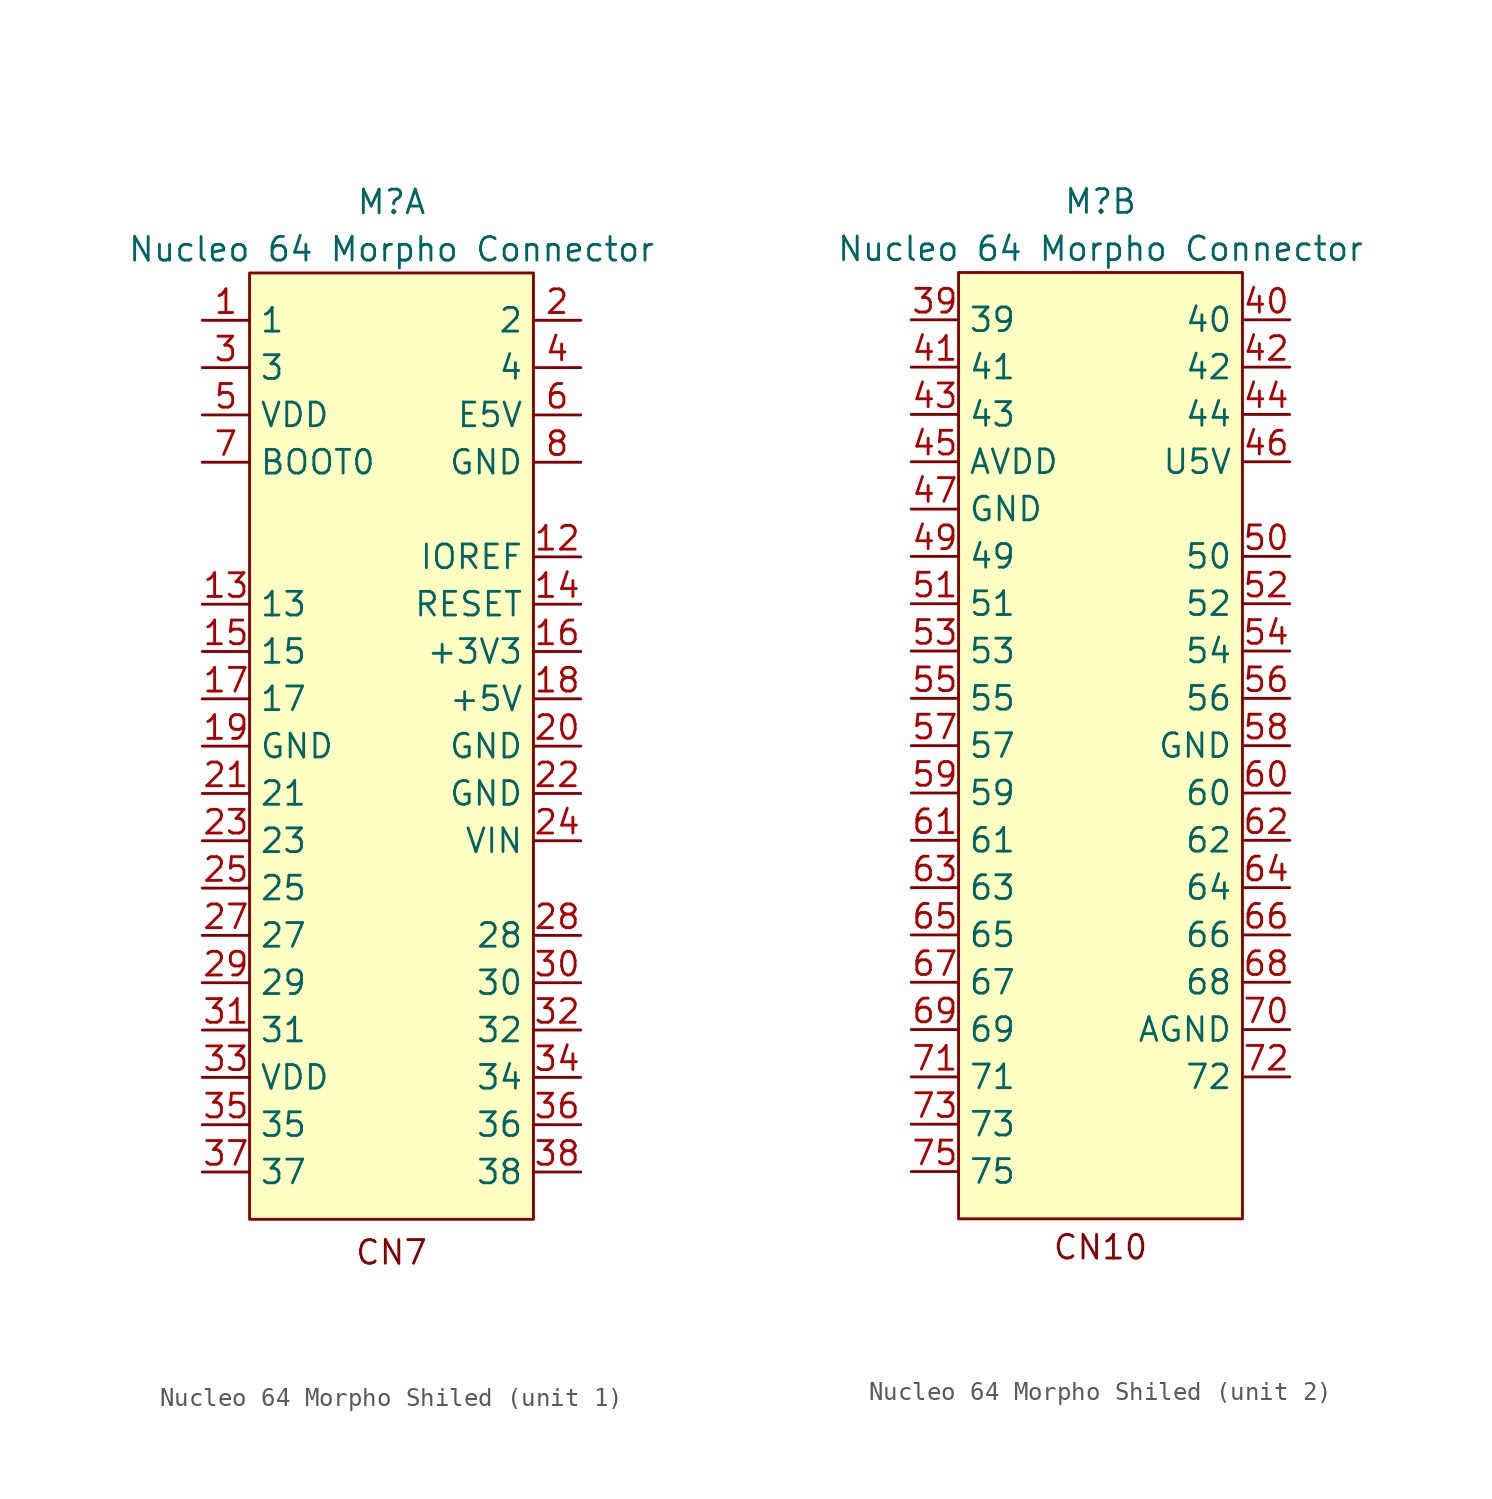
<source format=kicad_sym>
(kicad_symbol_lib
  (version 20241209)
  (generator "kicad_symbol_editor")
  (generator_version "9.0")
  (symbol "Nucleo 64 Morpho Shiled"
    (property "Reference" "M"
      (at 0 6.35 0)
      (effects (font (size 1.27 1.27))))
    (property "Value" "Nucleo 64 Morpho Connector"
      (at 0 3.81 0)
      (effects (font (size 1.27 1.27))))
    (property "ki_locked" ""
      (at 0 0 0)
      (effects (font (size 1.27 1.27))))
    (symbol "Nucleo 64 Morpho Shiled_1_1"
      (rectangle (start -7.62 2.54) (end 7.62 -48.26) (stroke (width 0) (type solid)) (fill (type background)))
      (text "CN7" (at 0 -50.038 0) (effects (font (size 1.27 1.27))))
      (pin input line (at -10.16 0 0) (length 2.54) (name "1" (effects (font (size 1.27 1.27)))) (number "1" (effects (font (size 1.27 1.27)))))
      (pin input line (at -10.16 -2.54 0) (length 2.54) (name "3" (effects (font (size 1.27 1.27)))) (number "3" (effects (font (size 1.27 1.27)))))
      (pin power_out line (at -10.16 -5.08 0) (length 2.54) (name "VDD" (effects (font (size 1.27 1.27)))) (number "5" (effects (font (size 1.27 1.27)))))
      (pin input line (at -10.16 -7.62 0) (length 2.54) (name "BOOT0" (effects (font (size 1.27 1.27)))) (number "7" (effects (font (size 1.27 1.27)))))
      (pin no_connect line (at -10.16 -10.16 0) (length 2.54) (hide yes) (name "9" (effects (font (size 1.27 1.27)))) (number "9" (effects (font (size 1.27 1.27)))))
      (pin no_connect line (at -10.16 -12.7 0) (length 2.54) (hide yes) (name "11" (effects (font (size 1.27 1.27)))) (number "11" (effects (font (size 1.27 1.27)))))
      (pin input line (at -10.16 -15.24 0) (length 2.54) (name "13" (effects (font (size 1.27 1.27)))) (number "13" (effects (font (size 1.27 1.27)))))
      (pin input line (at -10.16 -17.78 0) (length 2.54) (name "15" (effects (font (size 1.27 1.27)))) (number "15" (effects (font (size 1.27 1.27)))))
      (pin input line (at -10.16 -20.32 0) (length 2.54) (name "17" (effects (font (size 1.27 1.27)))) (number "17" (effects (font (size 1.27 1.27)))))
      (pin power_out line (at -10.16 -22.86 0) (length 2.54) (name "GND" (effects (font (size 1.27 1.27)))) (number "19" (effects (font (size 1.27 1.27)))))
      (pin input line (at -10.16 -25.4 0) (length 2.54) (name "21" (effects (font (size 1.27 1.27)))) (number "21" (effects (font (size 1.27 1.27)))))
      (pin input line (at -10.16 -27.94 0) (length 2.54) (name "23" (effects (font (size 1.27 1.27)))) (number "23" (effects (font (size 1.27 1.27)))))
      (pin input line (at -10.16 -30.48 0) (length 2.54) (name "25" (effects (font (size 1.27 1.27)))) (number "25" (effects (font (size 1.27 1.27)))))
      (pin input line (at -10.16 -33.02 0) (length 2.54) (name "27" (effects (font (size 1.27 1.27)))) (number "27" (effects (font (size 1.27 1.27)))))
      (pin input line (at -10.16 -35.56 0) (length 2.54) (name "29" (effects (font (size 1.27 1.27)))) (number "29" (effects (font (size 1.27 1.27)))))
      (pin input line (at -10.16 -38.1 0) (length 2.54) (name "31" (effects (font (size 1.27 1.27)))) (number "31" (effects (font (size 1.27 1.27)))))
      (pin power_out line (at -10.16 -40.64 0) (length 2.54) (name "VDD" (effects (font (size 1.27 1.27)))) (number "33" (effects (font (size 1.27 1.27)))))
      (pin input line (at -10.16 -43.18 0) (length 2.54) (name "35" (effects (font (size 1.27 1.27)))) (number "35" (effects (font (size 1.27 1.27)))))
      (pin input line (at -10.16 -45.72 0) (length 2.54) (name "37" (effects (font (size 1.27 1.27)))) (number "37" (effects (font (size 1.27 1.27)))))
      (pin input line (at 10.16 0 180) (length 2.54) (name "2" (effects (font (size 1.27 1.27)))) (number "2" (effects (font (size 1.27 1.27)))))
      (pin input line (at 10.16 -2.54 180) (length 2.54) (name "4" (effects (font (size 1.27 1.27)))) (number "4" (effects (font (size 1.27 1.27)))))
      (pin power_out line (at 10.16 -5.08 180) (length 2.54) (name "E5V" (effects (font (size 1.27 1.27)))) (number "6" (effects (font (size 1.27 1.27)))))
      (pin power_out line (at 10.16 -7.62 180) (length 2.54) (name "GND" (effects (font (size 1.27 1.27)))) (number "8" (effects (font (size 1.27 1.27)))))
      (pin no_connect line (at 10.16 -10.16 180) (length 2.54) (hide yes) (name "10" (effects (font (size 1.27 1.27)))) (number "10" (effects (font (size 1.27 1.27)))))
      (pin input line (at 10.16 -12.7 180) (length 2.54) (name "IOREF" (effects (font (size 1.27 1.27)))) (number "12" (effects (font (size 1.27 1.27)))))
      (pin input line (at 10.16 -15.24 180) (length 2.54) (name "RESET" (effects (font (size 1.27 1.27)))) (number "14" (effects (font (size 1.27 1.27)))))
      (pin power_out line (at 10.16 -17.78 180) (length 2.54) (name "+3V3" (effects (font (size 1.27 1.27)))) (number "16" (effects (font (size 1.27 1.27)))))
      (pin power_out line (at 10.16 -20.32 180) (length 2.54) (name "+5V" (effects (font (size 1.27 1.27)))) (number "18" (effects (font (size 1.27 1.27)))))
      (pin power_out line (at 10.16 -22.86 180) (length 2.54) (name "GND" (effects (font (size 1.27 1.27)))) (number "20" (effects (font (size 1.27 1.27)))))
      (pin power_out line (at 10.16 -25.4 180) (length 2.54) (name "GND" (effects (font (size 1.27 1.27)))) (number "22" (effects (font (size 1.27 1.27)))))
      (pin power_in line (at 10.16 -27.94 180) (length 2.54) (name "VIN" (effects (font (size 1.27 1.27)))) (number "24" (effects (font (size 1.27 1.27)))))
      (pin no_connect line (at 10.16 -30.48 180) (length 2.54) (hide yes) (name "26" (effects (font (size 1.27 1.27)))) (number "26" (effects (font (size 1.27 1.27)))))
      (pin input line (at 10.16 -33.02 180) (length 2.54) (name "28" (effects (font (size 1.27 1.27)))) (number "28" (effects (font (size 1.27 1.27)))))
      (pin input line (at 10.16 -35.56 180) (length 2.54) (name "30" (effects (font (size 1.27 1.27)))) (number "30" (effects (font (size 1.27 1.27)))))
      (pin input line (at 10.16 -38.1 180) (length 2.54) (name "32" (effects (font (size 1.27 1.27)))) (number "32" (effects (font (size 1.27 1.27)))))
      (pin input line (at 10.16 -40.64 180) (length 2.54) (name "34" (effects (font (size 1.27 1.27)))) (number "34" (effects (font (size 1.27 1.27)))))
      (pin input line (at 10.16 -43.18 180) (length 2.54) (name "36" (effects (font (size 1.27 1.27)))) (number "36" (effects (font (size 1.27 1.27)))))
      (pin input line (at 10.16 -45.72 180) (length 2.54) (name "38" (effects (font (size 1.27 1.27)))) (number "38" (effects (font (size 1.27 1.27))))))
    (symbol "Nucleo 64 Morpho Shiled_2_1"
      (rectangle (start -7.62 2.54) (end 7.62 -48.26) (stroke (width 0) (type solid)) (fill (type background)))
      (text "CN10" (at 0 -49.784 0) (effects (font (size 1.27 1.27))))
      (pin input line (at -10.16 0 0) (length 2.54) (name "39" (effects (font (size 1.27 1.27)))) (number "39" (effects (font (size 1.27 1.27)))))
      (pin input line (at -10.16 -2.54 0) (length 2.54) (name "41" (effects (font (size 1.27 1.27)))) (number "41" (effects (font (size 1.27 1.27)))))
      (pin input line (at -10.16 -5.08 0) (length 2.54) (name "43" (effects (font (size 1.27 1.27)))) (number "43" (effects (font (size 1.27 1.27)))))
      (pin power_in line (at -10.16 -7.62 0) (length 2.54) (name "AVDD" (effects (font (size 1.27 1.27)))) (number "45" (effects (font (size 1.27 1.27)))))
      (pin power_out line (at -10.16 -10.16 0) (length 2.54) (name "GND" (effects (font (size 1.27 1.27)))) (number "47" (effects (font (size 1.27 1.27)))))
      (pin input line (at -10.16 -12.7 0) (length 2.54) (name "49" (effects (font (size 1.27 1.27)))) (number "49" (effects (font (size 1.27 1.27)))))
      (pin input line (at -10.16 -15.24 0) (length 2.54) (name "51" (effects (font (size 1.27 1.27)))) (number "51" (effects (font (size 1.27 1.27)))))
      (pin input line (at -10.16 -17.78 0) (length 2.54) (name "53" (effects (font (size 1.27 1.27)))) (number "53" (effects (font (size 1.27 1.27)))))
      (pin input line (at -10.16 -20.32 0) (length 2.54) (name "55" (effects (font (size 1.27 1.27)))) (number "55" (effects (font (size 1.27 1.27)))))
      (pin input line (at -10.16 -22.86 0) (length 2.54) (name "57" (effects (font (size 1.27 1.27)))) (number "57" (effects (font (size 1.27 1.27)))))
      (pin input line (at -10.16 -25.4 0) (length 2.54) (name "59" (effects (font (size 1.27 1.27)))) (number "59" (effects (font (size 1.27 1.27)))))
      (pin input line (at -10.16 -27.94 0) (length 2.54) (name "61" (effects (font (size 1.27 1.27)))) (number "61" (effects (font (size 1.27 1.27)))))
      (pin input line (at -10.16 -30.48 0) (length 2.54) (name "63" (effects (font (size 1.27 1.27)))) (number "63" (effects (font (size 1.27 1.27)))))
      (pin input line (at -10.16 -33.02 0) (length 2.54) (name "65" (effects (font (size 1.27 1.27)))) (number "65" (effects (font (size 1.27 1.27)))))
      (pin input line (at -10.16 -35.56 0) (length 2.54) (name "67" (effects (font (size 1.27 1.27)))) (number "67" (effects (font (size 1.27 1.27)))))
      (pin input line (at -10.16 -38.1 0) (length 2.54) (name "69" (effects (font (size 1.27 1.27)))) (number "69" (effects (font (size 1.27 1.27)))))
      (pin input line (at -10.16 -40.64 0) (length 2.54) (name "71" (effects (font (size 1.27 1.27)))) (number "71" (effects (font (size 1.27 1.27)))))
      (pin input line (at -10.16 -43.18 0) (length 2.54) (name "73" (effects (font (size 1.27 1.27)))) (number "73" (effects (font (size 1.27 1.27)))))
      (pin input line (at -10.16 -45.72 0) (length 2.54) (name "75" (effects (font (size 1.27 1.27)))) (number "75" (effects (font (size 1.27 1.27)))))
      (pin input line (at 10.16 0 180) (length 2.54) (name "40" (effects (font (size 1.27 1.27)))) (number "40" (effects (font (size 1.27 1.27)))))
      (pin input line (at 10.16 -2.54 180) (length 2.54) (name "42" (effects (font (size 1.27 1.27)))) (number "42" (effects (font (size 1.27 1.27)))))
      (pin input line (at 10.16 -5.08 180) (length 2.54) (name "44" (effects (font (size 1.27 1.27)))) (number "44" (effects (font (size 1.27 1.27)))))
      (pin power_out line (at 10.16 -7.62 180) (length 2.54) (name "U5V" (effects (font (size 1.27 1.27)))) (number "46" (effects (font (size 1.27 1.27)))))
      (pin no_connect line (at 10.16 -10.16 180) (length 2.54) (hide yes) (name "NC" (effects (font (size 1.27 1.27)))) (number "48" (effects (font (size 1.27 1.27)))))
      (pin input line (at 10.16 -12.7 180) (length 2.54) (name "50" (effects (font (size 1.27 1.27)))) (number "50" (effects (font (size 1.27 1.27)))))
      (pin input line (at 10.16 -15.24 180) (length 2.54) (name "52" (effects (font (size 1.27 1.27)))) (number "52" (effects (font (size 1.27 1.27)))))
      (pin input line (at 10.16 -17.78 180) (length 2.54) (name "54" (effects (font (size 1.27 1.27)))) (number "54" (effects (font (size 1.27 1.27)))))
      (pin input line (at 10.16 -20.32 180) (length 2.54) (name "56" (effects (font (size 1.27 1.27)))) (number "56" (effects (font (size 1.27 1.27)))))
      (pin power_out line (at 10.16 -22.86 180) (length 2.54) (name "GND" (effects (font (size 1.27 1.27)))) (number "58" (effects (font (size 1.27 1.27)))))
      (pin input line (at 10.16 -25.4 180) (length 2.54) (name "60" (effects (font (size 1.27 1.27)))) (number "60" (effects (font (size 1.27 1.27)))))
      (pin input line (at 10.16 -27.94 180) (length 2.54) (name "62" (effects (font (size 1.27 1.27)))) (number "62" (effects (font (size 1.27 1.27)))))
      (pin input line (at 10.16 -30.48 180) (length 2.54) (name "64" (effects (font (size 1.27 1.27)))) (number "64" (effects (font (size 1.27 1.27)))))
      (pin input line (at 10.16 -33.02 180) (length 2.54) (name "66" (effects (font (size 1.27 1.27)))) (number "66" (effects (font (size 1.27 1.27)))))
      (pin input line (at 10.16 -35.56 180) (length 2.54) (name "68" (effects (font (size 1.27 1.27)))) (number "68" (effects (font (size 1.27 1.27)))))
      (pin power_out line (at 10.16 -38.1 180) (length 2.54) (name "AGND" (effects (font (size 1.27 1.27)))) (number "70" (effects (font (size 1.27 1.27)))))
      (pin input line (at 10.16 -40.64 180) (length 2.54) (name "72" (effects (font (size 1.27 1.27)))) (number "72" (effects (font (size 1.27 1.27)))))
      (pin no_connect line (at 10.16 -43.18 180) (length 2.54) (hide yes) (name "74" (effects (font (size 1.27 1.27)))) (number "74" (effects (font (size 1.27 1.27)))))
      (pin no_connect line (at 10.16 -45.72 180) (length 2.54) (hide yes) (name "76" (effects (font (size 1.27 1.27)))) (number "76" (effects (font (size 1.27 1.27))))))))
</source>
